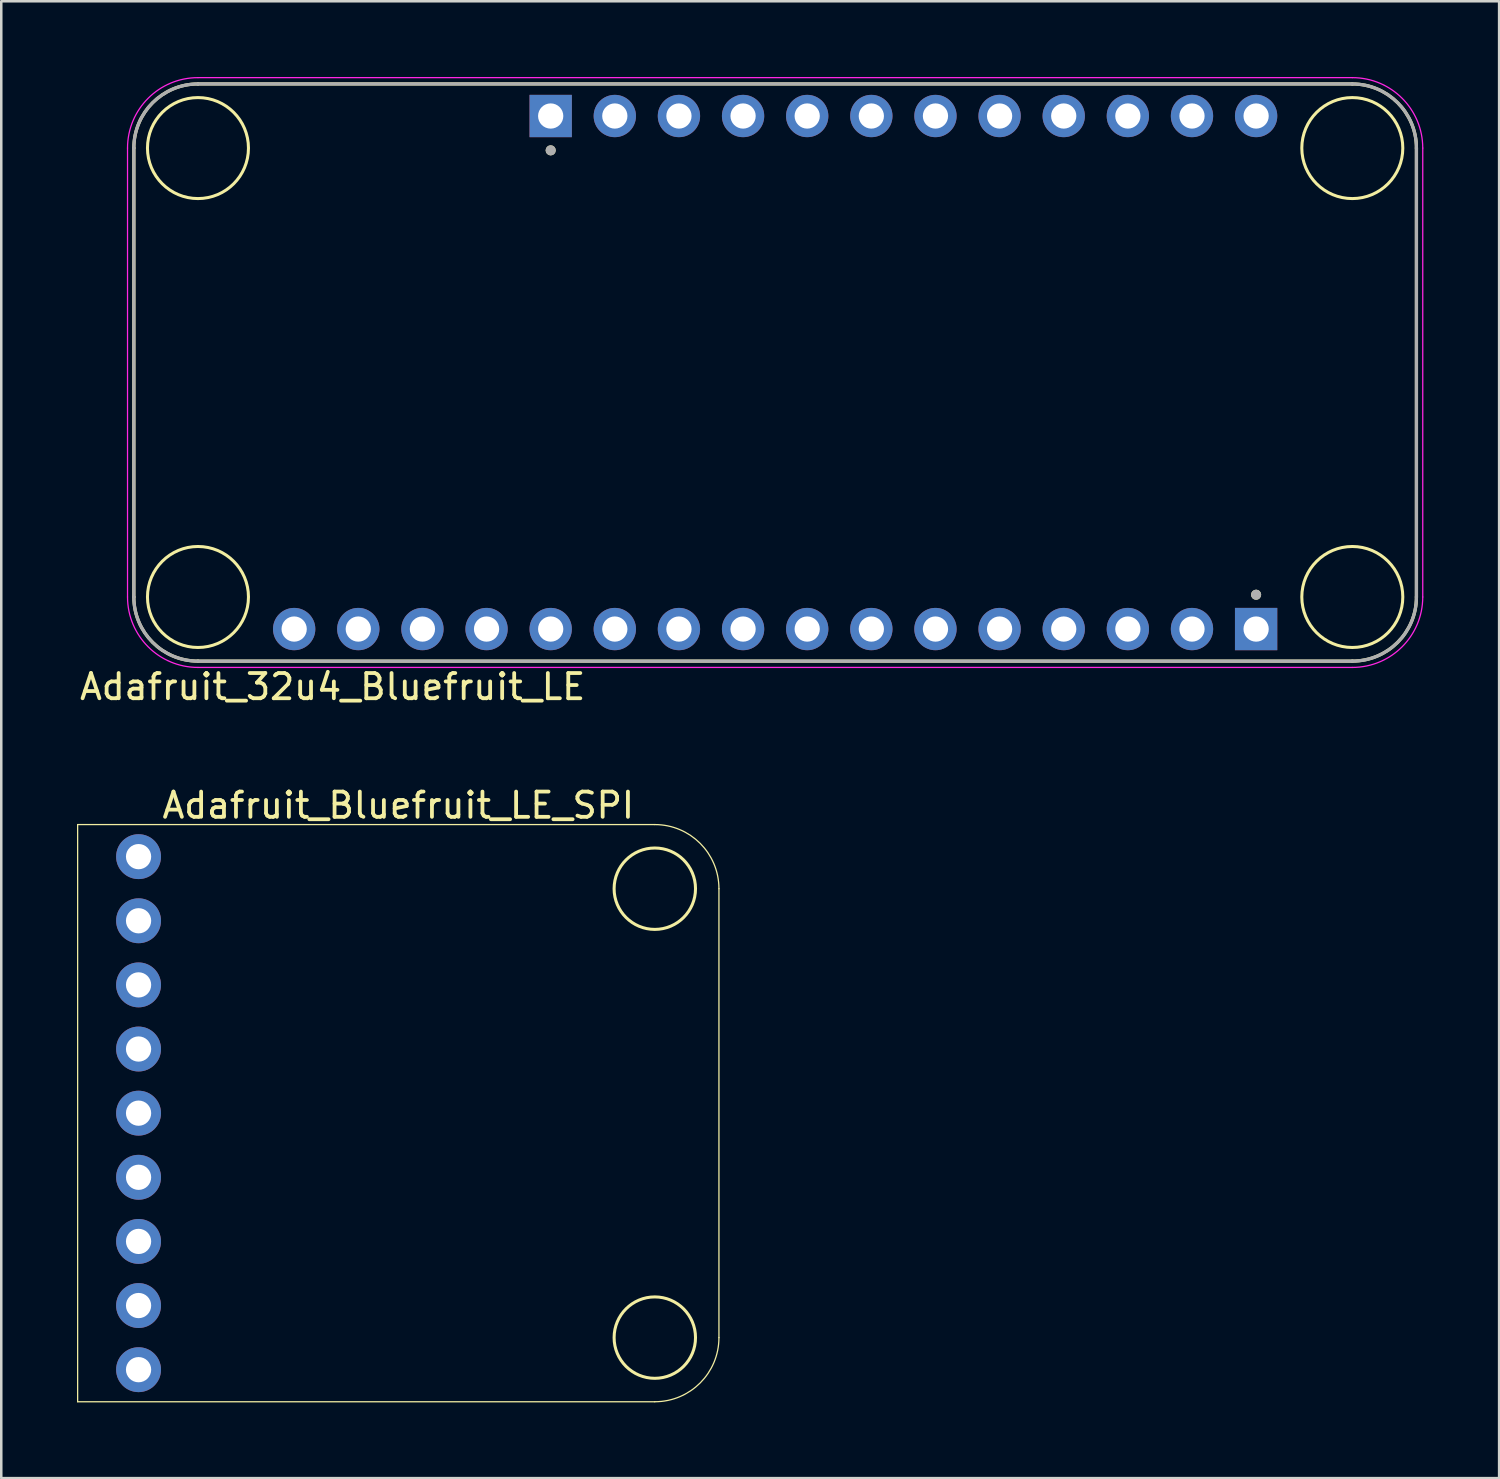
<source format=kicad_pcb>
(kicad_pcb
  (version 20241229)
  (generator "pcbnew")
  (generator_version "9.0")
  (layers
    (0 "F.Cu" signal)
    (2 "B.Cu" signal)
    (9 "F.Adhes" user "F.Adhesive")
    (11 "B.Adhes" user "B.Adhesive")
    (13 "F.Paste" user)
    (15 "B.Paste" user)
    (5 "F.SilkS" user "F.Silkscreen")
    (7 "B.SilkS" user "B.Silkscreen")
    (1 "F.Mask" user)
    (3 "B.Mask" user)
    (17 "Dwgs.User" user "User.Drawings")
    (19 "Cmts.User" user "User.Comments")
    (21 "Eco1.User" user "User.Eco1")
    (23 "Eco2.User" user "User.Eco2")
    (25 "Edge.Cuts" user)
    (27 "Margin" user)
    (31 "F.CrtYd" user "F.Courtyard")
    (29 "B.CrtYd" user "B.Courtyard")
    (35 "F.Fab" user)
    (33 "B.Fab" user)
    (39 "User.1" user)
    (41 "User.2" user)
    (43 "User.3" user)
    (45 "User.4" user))
  (footprint "Adafruit_32u4_Bluefruit_LE"
    (layer "F.Cu")
    (at 27.651 11.705)
    (property "Reference" "Adafruit_32u4_Bluefruit_LE" (at -17.526 12.446 0) (layer "F.SilkS") (effects (font (size 1 1) (thickness 0.15))))
    (attr through_hole)
    (fp_line (start -25.4 8.89) (end -25.4 -8.89) (stroke (width 0.127) (type solid)) (layer "F.SilkS"))
    (fp_line (start -22.86 -11.43) (end 22.86 -11.43) (stroke (width 0.127) (type solid)) (layer "F.SilkS"))
    (fp_line (start 22.86 11.43) (end -22.86 11.43) (stroke (width 0.127) (type solid)) (layer "F.SilkS"))
    (fp_line (start 25.4 -8.89) (end 25.4 8.89) (stroke (width 0.127) (type solid)) (layer "F.SilkS"))
    (fp_arc (start -25.4 -8.89) (mid -24.656051 -10.686051) (end -22.86 -11.43) (stroke (width 0.127) (type solid)) (layer "F.SilkS"))
    (fp_arc (start -22.86 11.43) (mid -24.656051 10.686051) (end -25.4 8.89) (stroke (width 0.127) (type solid)) (layer "F.SilkS"))
    (fp_arc (start 22.86 -11.43) (mid 24.656051 -10.686051) (end 25.4 -8.89) (stroke (width 0.127) (type solid)) (layer "F.SilkS"))
    (fp_arc (start 25.4 8.89) (mid 24.656051 10.686051) (end 22.86 11.43) (stroke (width 0.127) (type solid)) (layer "F.SilkS"))
    (fp_circle (center -22.86 -8.89) (end -20.86 -8.89) (stroke (width 0.12) (type solid)) (fill no) (layer "F.SilkS"))
    (fp_circle (center -22.86 8.89) (end -20.86 8.89) (stroke (width 0.12) (type solid)) (fill no) (layer "F.SilkS"))
    (fp_circle (center -8.89 -8.8) (end -8.79 -8.8) (stroke (width 0.2) (type solid)) (fill no) (layer "F.SilkS"))
    (fp_circle (center 19.05 8.8) (end 19.15 8.8) (stroke (width 0.2) (type solid)) (fill no) (layer "F.SilkS"))
    (fp_circle (center 22.86 -8.89) (end 24.86 -8.89) (stroke (width 0.12) (type solid)) (fill no) (layer "F.SilkS"))
    (fp_circle (center 22.86 8.89) (end 24.86 8.89) (stroke (width 0.12) (type solid)) (fill no) (layer "F.SilkS"))
    (fp_line (start -25.65 -8.89) (end -25.65 8.89) (stroke (width 0.05) (type solid)) (layer "F.CrtYd"))
    (fp_line (start -22.86 11.68) (end 22.86 11.68) (stroke (width 0.05) (type solid)) (layer "F.CrtYd"))
    (fp_line (start 22.86 -11.68) (end -22.86 -11.68) (stroke (width 0.05) (type solid)) (layer "F.CrtYd"))
    (fp_line (start 25.65 8.89) (end 25.65 -8.89) (stroke (width 0.05) (type solid)) (layer "F.CrtYd"))
    (fp_arc (start -25.65 -8.89) (mid -24.832828 -10.862828) (end -22.86 -11.68) (stroke (width 0.05) (type solid)) (layer "F.CrtYd"))
    (fp_arc (start -22.86 11.68) (mid -24.832828 10.862828) (end -25.65 8.89) (stroke (width 0.05) (type solid)) (layer "F.CrtYd"))
    (fp_arc (start 22.86 -11.68) (mid 24.832828 -10.862828) (end 25.65 -8.89) (stroke (width 0.05) (type solid)) (layer "F.CrtYd"))
    (fp_arc (start 25.65 8.89) (mid 24.832828 10.862828) (end 22.86 11.68) (stroke (width 0.05) (type solid)) (layer "F.CrtYd"))
    (fp_line (start -25.4 8.89) (end -25.4 -8.89) (stroke (width 0.127) (type solid)) (layer "F.Fab"))
    (fp_line (start -22.86 -11.43) (end 22.86 -11.43) (stroke (width 0.127) (type solid)) (layer "F.Fab"))
    (fp_line (start 22.86 11.43) (end -22.86 11.43) (stroke (width 0.127) (type solid)) (layer "F.Fab"))
    (fp_line (start 25.4 -8.89) (end 25.4 8.89) (stroke (width 0.127) (type solid)) (layer "F.Fab"))
    (fp_arc (start -25.4 -8.89) (mid -24.656051 -10.686051) (end -22.86 -11.43) (stroke (width 0.127) (type solid)) (layer "F.Fab"))
    (fp_arc (start -22.86 11.43) (mid -24.656051 10.686051) (end -25.4 8.89) (stroke (width 0.127) (type solid)) (layer "F.Fab"))
    (fp_arc (start 22.86 -11.43) (mid 24.656051 -10.686051) (end 25.4 -8.89) (stroke (width 0.127) (type solid)) (layer "F.Fab"))
    (fp_arc (start 25.4 8.89) (mid 24.656051 10.686051) (end 22.86 11.43) (stroke (width 0.127) (type solid)) (layer "F.Fab"))
    (fp_circle (center -8.89 -8.8) (end -8.79 -8.8) (stroke (width 0.2) (type solid)) (fill no) (layer "F.Fab"))
    (fp_circle (center 19.05 8.8) (end 19.15 8.8) (stroke (width 0.2) (type solid)) (fill no) (layer "F.Fab"))
    (pad "1" thru_hole circle (at -19.05 10.16) (size 1.676 1.676) (drill 1) (layers "*.Cu" "*.Mask"))
    (pad "2" thru_hole circle (at -16.51 10.16) (size 1.676 1.676) (drill 1) (layers "*.Cu" "*.Mask"))
    (pad "3" thru_hole circle (at -13.97 10.16) (size 1.676 1.676) (drill 1) (layers "*.Cu" "*.Mask"))
    (pad "4" thru_hole circle (at -11.43 10.16) (size 1.676 1.676) (drill 1) (layers "*.Cu" "*.Mask"))
    (pad "5" thru_hole circle (at -8.89 10.16) (size 1.676 1.676) (drill 1) (layers "*.Cu" "*.Mask"))
    (pad "6" thru_hole circle (at -6.35 10.16) (size 1.676 1.676) (drill 1) (layers "*.Cu" "*.Mask"))
    (pad "7" thru_hole circle (at -3.81 10.16) (size 1.676 1.676) (drill 1) (layers "*.Cu" "*.Mask"))
    (pad "8" thru_hole circle (at -1.27 10.16) (size 1.676 1.676) (drill 1) (layers "*.Cu" "*.Mask"))
    (pad "9" thru_hole circle (at 1.27 10.16) (size 1.676 1.676) (drill 1) (layers "*.Cu" "*.Mask"))
    (pad "10" thru_hole circle (at 3.81 10.16) (size 1.676 1.676) (drill 1) (layers "*.Cu" "*.Mask"))
    (pad "11" thru_hole circle (at 6.35 10.16) (size 1.676 1.676) (drill 1) (layers "*.Cu" "*.Mask"))
    (pad "12" thru_hole circle (at 8.89 10.16) (size 1.676 1.676) (drill 1) (layers "*.Cu" "*.Mask"))
    (pad "13" thru_hole circle (at 11.43 10.16) (size 1.676 1.676) (drill 1) (layers "*.Cu" "*.Mask"))
    (pad "14" thru_hole circle (at 13.97 10.16) (size 1.676 1.676) (drill 1) (layers "*.Cu" "*.Mask"))
    (pad "15" thru_hole circle (at 16.51 10.16) (size 1.676 1.676) (drill 1) (layers "*.Cu" "*.Mask"))
    (pad "16" thru_hole rect (at 19.05 10.16) (size 1.676 1.676) (drill 1) (layers "*.Cu" "*.Mask"))
    (pad "17" thru_hole circle (at 19.05 -10.16) (size 1.676 1.676) (drill 1) (layers "*.Cu" "*.Mask"))
    (pad "18" thru_hole circle (at 16.51 -10.16) (size 1.676 1.676) (drill 1) (layers "*.Cu" "*.Mask"))
    (pad "19" thru_hole circle (at 13.97 -10.16) (size 1.676 1.676) (drill 1) (layers "*.Cu" "*.Mask"))
    (pad "20" thru_hole circle (at 11.43 -10.16) (size 1.676 1.676) (drill 1) (layers "*.Cu" "*.Mask"))
    (pad "21" thru_hole circle (at 8.89 -10.16) (size 1.676 1.676) (drill 1) (layers "*.Cu" "*.Mask"))
    (pad "22" thru_hole circle (at 6.35 -10.16) (size 1.676 1.676) (drill 1) (layers "*.Cu" "*.Mask"))
    (pad "23" thru_hole circle (at 3.81 -10.16) (size 1.676 1.676) (drill 1) (layers "*.Cu" "*.Mask"))
    (pad "24" thru_hole circle (at 1.27 -10.16) (size 1.676 1.676) (drill 1) (layers "*.Cu" "*.Mask"))
    (pad "25" thru_hole circle (at -1.27 -10.16) (size 1.676 1.676) (drill 1) (layers "*.Cu" "*.Mask"))
    (pad "26" thru_hole circle (at -3.81 -10.16) (size 1.676 1.676) (drill 1) (layers "*.Cu" "*.Mask"))
    (pad "27" thru_hole circle (at -6.35 -10.16) (size 1.676 1.676) (drill 1) (layers "*.Cu" "*.Mask"))
    (pad "28" thru_hole rect (at -8.89 -10.16) (size 1.676 1.676) (drill 1) (layers "*.Cu" "*.Mask")))
  (footprint "Adafruit_Bluefruit_LE_SPI"
    (layer "F.Cu")
    (at 12.725 41.039)
    (property "Reference" "Adafruit_Bluefruit_LE_SPI" (at 0 -12.192 0) (layer "F.SilkS") (effects (font (size 1 1) (thickness 0.15))))
    (attr through_hole)
    (fp_line (start -12.7 -11.43) (end -12.7 11.43) (stroke (width 0.05) (type solid)) (layer "F.SilkS"))
    (fp_line (start 10.16 -11.43) (end -12.7 -11.43) (stroke (width 0.05) (type solid)) (layer "F.SilkS"))
    (fp_line (start 10.16 11.43) (end -12.7 11.43) (stroke (width 0.05) (type solid)) (layer "F.SilkS"))
    (fp_line (start 12.7 8.89) (end 12.7 -8.89) (stroke (width 0.05) (type solid)) (layer "F.SilkS"))
    (fp_arc (start 10.16 -11.43) (mid 11.956051 -10.686051) (end 12.7 -8.89) (stroke (width 0.05) (type solid)) (layer "F.SilkS"))
    (fp_arc (start 12.7 8.89) (mid 11.956051 10.686051) (end 10.16 11.43) (stroke (width 0.05) (type solid)) (layer "F.SilkS"))
    (fp_circle (center 10.16 -8.89) (end 10.16 -7.278) (stroke (width 0.12) (type solid)) (fill no) (layer "F.SilkS"))
    (fp_circle (center 10.16 8.89) (end 10.16 10.502) (stroke (width 0.12) (type solid)) (fill no) (layer "F.SilkS"))
    (pad "1" thru_hole circle (at -10.287 -10.16 270) (size 1.778 1.778) (drill 1) (layers "*.Cu" "*.Mask"))
    (pad "2" thru_hole circle (at -10.287 -7.62 270) (size 1.778 1.778) (drill 1) (layers "*.Cu" "*.Mask"))
    (pad "3" thru_hole circle (at -10.287 -5.08 270) (size 1.778 1.778) (drill 1) (layers "*.Cu" "*.Mask"))
    (pad "4" thru_hole circle (at -10.287 -2.54 270) (size 1.778 1.778) (drill 1) (layers "*.Cu" "*.Mask"))
    (pad "5" thru_hole circle (at -10.287 0 270) (size 1.778 1.778) (drill 1) (layers "*.Cu" "*.Mask"))
    (pad "6" thru_hole circle (at -10.287 2.54 270) (size 1.778 1.778) (drill 1) (layers "*.Cu" "*.Mask"))
    (pad "7" thru_hole circle (at -10.287 5.08 270) (size 1.778 1.778) (drill 1) (layers "*.Cu" "*.Mask"))
    (pad "8" thru_hole circle (at -10.287 7.62 270) (size 1.778 1.778) (drill 1) (layers "*.Cu" "*.Mask"))
    (pad "9" thru_hole circle (at -10.287 10.16 270) (size 1.778 1.778) (drill 1) (layers "*.Cu" "*.Mask")))
  (gr_rect
    (start -3 -3)
    (end 56.326 55.495)
    (stroke (width 0.1) (type default))
    (fill no)
    (layer "Edge.Cuts")))
</source>
